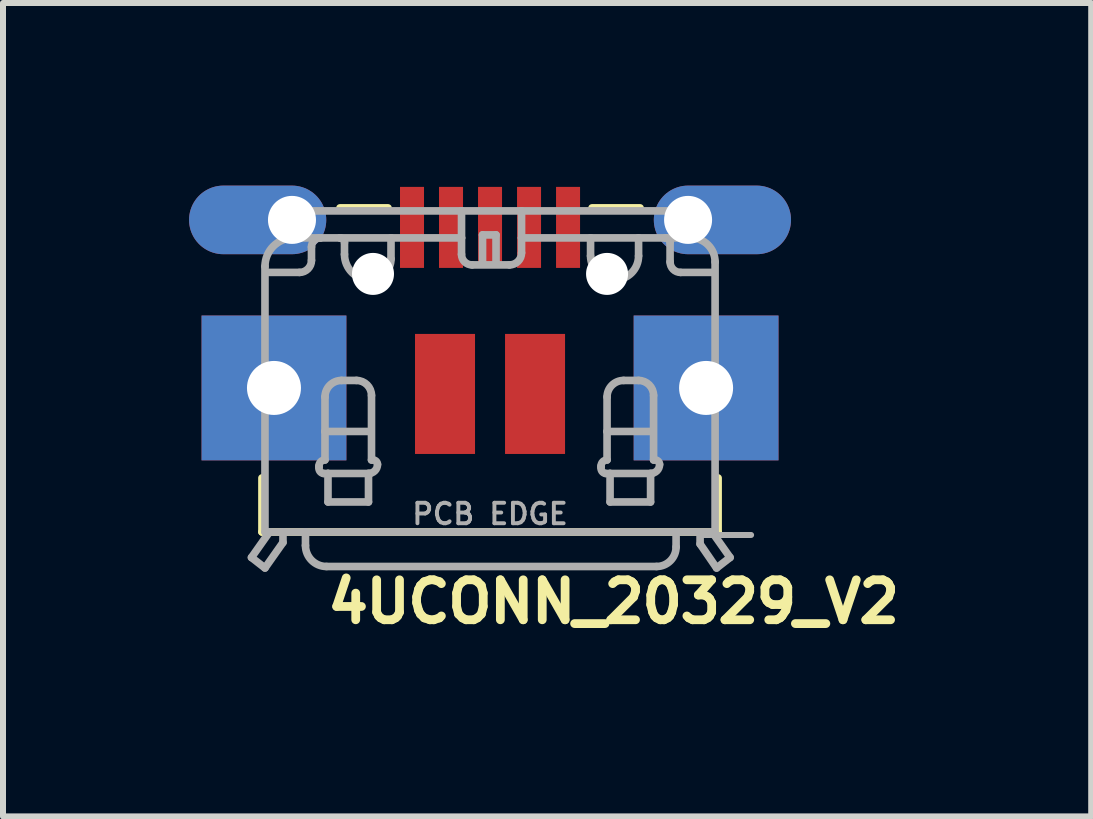
<source format=kicad_pcb>
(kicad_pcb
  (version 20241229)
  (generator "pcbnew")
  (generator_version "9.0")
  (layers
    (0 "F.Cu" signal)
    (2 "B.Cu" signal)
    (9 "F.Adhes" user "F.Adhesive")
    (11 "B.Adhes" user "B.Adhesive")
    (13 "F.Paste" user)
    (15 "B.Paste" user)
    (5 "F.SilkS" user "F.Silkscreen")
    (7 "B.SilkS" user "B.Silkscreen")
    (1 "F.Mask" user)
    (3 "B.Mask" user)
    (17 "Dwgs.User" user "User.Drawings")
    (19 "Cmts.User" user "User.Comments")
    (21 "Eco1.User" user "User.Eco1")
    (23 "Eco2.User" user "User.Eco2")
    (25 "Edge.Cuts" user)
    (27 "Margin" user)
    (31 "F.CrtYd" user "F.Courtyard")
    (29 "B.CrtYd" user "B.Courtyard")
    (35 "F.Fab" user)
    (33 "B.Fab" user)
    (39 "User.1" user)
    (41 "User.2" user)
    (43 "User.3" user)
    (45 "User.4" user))
  (footprint "4UCONN_20329_V2"
    (layer "F.Cu")
    (at 5.115 1.514)
    (property "Reference" "4UCONN_20329_V2" (at -2.778 5.852 0) (layer "F.SilkS") (effects (font (size 0.666 0.666) (thickness 0.146)) (justify left bottom)))
    (fp_poly (pts (xy -1.55 -0.05) (xy -1.05 -0.05) (xy -1.05 -1.5) (xy -1.55 -1.5)) (stroke (width 0) (type solid)) (fill yes) (layer "F.Mask"))
    (fp_poly (pts (xy -0.9 -0.05) (xy -0.4 -0.05) (xy -0.4 -1.5) (xy -0.9 -1.5)) (stroke (width 0) (type solid)) (fill yes) (layer "F.Mask"))
    (fp_poly (pts (xy -0.25 -0.05) (xy 0.25 -0.05) (xy 0.25 -1.5) (xy -0.25 -1.5)) (stroke (width 0) (type solid)) (fill yes) (layer "F.Mask"))
    (fp_poly (pts (xy 0.4 -0.05) (xy 0.9 -0.05) (xy 0.9 -1.5) (xy 0.4 -1.5)) (stroke (width 0) (type solid)) (fill yes) (layer "F.Mask"))
    (fp_poly (pts (xy 1.05 -0.05) (xy 1.55 -0.05) (xy 1.55 -1.5) (xy 1.05 -1.5)) (stroke (width 0) (type solid)) (fill yes) (layer "F.Mask"))
    (fp_line (start -3.8 3.4) (end -3.8 4.3) (stroke (width 0.127) (type solid)) (layer "F.SilkS"))
    (fp_line (start -3.8 4.3) (end 3.8 4.3) (stroke (width 0.127) (type solid)) (layer "F.SilkS"))
    (fp_line (start -2.5 -1.1) (end -1.7 -1.1) (stroke (width 0.127) (type solid)) (layer "F.SilkS"))
    (fp_line (start 1.7 -1.1) (end 2.5 -1.1) (stroke (width 0.127) (type solid)) (layer "F.SilkS"))
    (fp_line (start 3.8 4.3) (end 3.8 3.4) (stroke (width 0.127) (type solid)) (layer "F.SilkS"))
    (fp_poly (pts (xy -4.85 3.15) (xy -2.35 3.15) (xy -2.35 0.65) (xy -4.85 0.65)) (stroke (width 0) (type solid)) (fill yes) (layer "F.Paste"))
    (fp_poly (pts (xy -1.45 -0.15) (xy -1.15 -0.15) (xy -1.15 -1.4) (xy -1.45 -1.4)) (stroke (width 0) (type solid)) (fill yes) (layer "F.Paste"))
    (fp_poly (pts (xy -0.8 -0.15) (xy -0.5 -0.15) (xy -0.5 -1.4) (xy -0.8 -1.4)) (stroke (width 0) (type solid)) (fill yes) (layer "F.Paste"))
    (fp_poly (pts (xy -0.15 -0.15) (xy 0.15 -0.15) (xy 0.15 -1.4) (xy -0.15 -1.4)) (stroke (width 0) (type solid)) (fill yes) (layer "F.Paste"))
    (fp_poly (pts (xy 0.5 -0.15) (xy 0.8 -0.15) (xy 0.8 -1.4) (xy 0.5 -1.4)) (stroke (width 0) (type solid)) (fill yes) (layer "F.Paste"))
    (fp_poly (pts (xy 1.15 -0.15) (xy 1.45 -0.15) (xy 1.45 -1.4) (xy 1.15 -1.4)) (stroke (width 0) (type solid)) (fill yes) (layer "F.Paste"))
    (fp_poly (pts (xy 2.35 3.15) (xy 4.85 3.15) (xy 4.85 0.65) (xy 2.35 0.65)) (stroke (width 0) (type solid)) (fill yes) (layer "F.Paste"))
    (fp_poly (pts (xy -3.186 -1.499) (xy -3.03 -1.442) (xy -2.893 -1.346) (xy -2.786 -1.219) (xy -2.715 -1.067) (xy -2.686 -0.9) (xy -2.715 -0.733) (xy -2.786 -0.581) (xy -2.893 -0.454) (xy -3.03 -0.358) (xy -3.186 -0.301) (xy -3.347 -0.286) (xy -4.457 -0.286) (xy -4.767 -0.355) (xy -4.907 -0.454) (xy -5.014 -0.581) (xy -5.085 -0.733) (xy -5.115 -0.904) (xy -5.017 -1.215) (xy -4.907 -1.346) (xy -4.77 -1.442) (xy -4.614 -1.499) (xy -4.453 -1.514) (xy -3.347 -1.514)) (stroke (width 0) (type solid)) (fill yes) (layer "F.Paste"))
    (fp_poly (pts (xy 4.614 -1.499) (xy 4.77 -1.442) (xy 4.907 -1.346) (xy 5.014 -1.219) (xy 5.085 -1.067) (xy 5.114 -0.9) (xy 5.085 -0.733) (xy 5.014 -0.581) (xy 4.907 -0.454) (xy 4.77 -0.358) (xy 4.614 -0.301) (xy 4.453 -0.286) (xy 3.343 -0.286) (xy 3.033 -0.355) (xy 2.893 -0.454) (xy 2.786 -0.581) (xy 2.715 -0.733) (xy 2.685 -0.904) (xy 2.783 -1.215) (xy 2.893 -1.346) (xy 3.03 -1.442) (xy 3.186 -1.499) (xy 3.347 -1.514) (xy 4.453 -1.514)) (stroke (width 0) (type solid)) (fill yes) (layer "F.Paste"))
    (fp_line (start -3.975 4.725) (end -3.75 4.9) (stroke (width 0.127) (type solid)) (layer "F.Fab"))
    (fp_line (start -3.975 4.725) (end -3.675 4.3) (stroke (width 0.127) (type solid)) (layer "F.Fab"))
    (fp_line (start -3.75 -0.125) (end -3.75 4.3) (stroke (width 0.127) (type solid)) (layer "F.Fab"))
    (fp_line (start -3.75 4.3) (end -3.675 4.3) (stroke (width 0.127) (type solid)) (layer "F.Fab"))
    (fp_line (start -3.75 4.9) (end -3.45 4.475) (stroke (width 0.127) (type solid)) (layer "F.Fab"))
    (fp_line (start -3.725 -0.025) (end -3.175 -0.025) (stroke (width 0.127) (type solid)) (layer "F.Fab"))
    (fp_line (start -3.675 4.3) (end -3.45 4.3) (stroke (width 0.127) (type solid)) (layer "F.Fab"))
    (fp_line (start -3.575 -1.05) (end -0.475 -1.05) (stroke (width 0.127) (type solid)) (layer "F.Fab"))
    (fp_line (start -3.575 -0.75) (end -3.575 -1.05) (stroke (width 0.127) (type solid)) (layer "F.Fab"))
    (fp_line (start -3.45 4.3) (end -3.075 4.3) (stroke (width 0.127) (type solid)) (layer "F.Fab"))
    (fp_line (start -3.45 4.475) (end -3.45 4.3) (stroke (width 0.127) (type solid)) (layer "F.Fab"))
    (fp_line (start -3.425 -0.75) (end -3.575 -0.75) (stroke (width 0.127) (type solid)) (layer "F.Fab"))
    (fp_line (start -3.425 -0.625) (end -3.425 -0.75) (stroke (width 0.127) (type solid)) (layer "F.Fab"))
    (fp_line (start -3.075 4.3) (end -3.075 4.525) (stroke (width 0.127) (type solid)) (layer "F.Fab"))
    (fp_line (start -3.075 4.3) (end 3.1 4.3) (stroke (width 0.127) (type solid)) (layer "F.Fab"))
    (fp_line (start -2.975 -0.225) (end -2.975 -0.45) (stroke (width 0.127) (type solid)) (layer "F.Fab"))
    (fp_line (start -2.85 3.225) (end -2.85 3.2) (stroke (width 0.127) (type solid)) (layer "F.Fab"))
    (fp_line (start -2.825 -0.6) (end -3.275 -0.6) (stroke (width 0.127) (type solid)) (layer "F.Fab"))
    (fp_line (start -2.825 -0.6) (end -2.5 -0.6) (stroke (width 0.127) (type solid)) (layer "F.Fab"))
    (fp_line (start -2.75 2.625) (end -2.75 2.05) (stroke (width 0.127) (type solid)) (layer "F.Fab"))
    (fp_line (start -2.75 2.625) (end -2 2.625) (stroke (width 0.127) (type solid)) (layer "F.Fab"))
    (fp_line (start -2.75 3.1) (end -2.75 2.625) (stroke (width 0.127) (type solid)) (layer "F.Fab"))
    (fp_line (start -2.725 4.875) (end 2.775 4.875) (stroke (width 0.127) (type solid)) (layer "F.Fab"))
    (fp_line (start -2.7 3.325) (end -2.775 3.325) (stroke (width 0.127) (type solid)) (layer "F.Fab"))
    (fp_line (start -2.7 3.325) (end -2 3.325) (stroke (width 0.127) (type solid)) (layer "F.Fab"))
    (fp_line (start -2.7 3.8) (end -2.7 3.325) (stroke (width 0.127) (type solid)) (layer "F.Fab"))
    (fp_line (start -2.475 1.775) (end -2.225 1.775) (stroke (width 0.127) (type solid)) (layer "F.Fab"))
    (fp_line (start -2.425 -0.525) (end -2.425 -0.325) (stroke (width 0.127) (type solid)) (layer "F.Fab"))
    (fp_line (start -2.025 3.325) (end -2.025 3.8) (stroke (width 0.127) (type solid)) (layer "F.Fab"))
    (fp_line (start -2.025 3.8) (end -2.7 3.8) (stroke (width 0.127) (type solid)) (layer "F.Fab"))
    (fp_line (start -1.975 2.025) (end -1.975 3.1) (stroke (width 0.127) (type solid)) (layer "F.Fab"))
    (fp_line (start -1.975 3.1) (end -1.95 3.1) (stroke (width 0.127) (type solid)) (layer "F.Fab"))
    (fp_line (start -1.65 -0.6) (end -2.5 -0.6) (stroke (width 0.127) (type solid)) (layer "F.Fab"))
    (fp_line (start -1.65 -0.25) (end -1.65 -0.6) (stroke (width 0.127) (type solid)) (layer "F.Fab"))
    (fp_line (start -0.475 -1.05) (end 0.525 -1.05) (stroke (width 0.127) (type solid)) (layer "F.Fab"))
    (fp_line (start -0.475 -0.6) (end -1.65 -0.6) (stroke (width 0.127) (type solid)) (layer "F.Fab"))
    (fp_line (start -0.475 -0.6) (end -0.475 -1.05) (stroke (width 0.127) (type solid)) (layer "F.Fab"))
    (fp_line (start -0.475 -0.325) (end -0.475 -0.6) (stroke (width 0.127) (type solid)) (layer "F.Fab"))
    (fp_line (start -0.125 -0.65) (end 0.1 -0.65) (stroke (width 0.127) (type solid)) (layer "F.Fab"))
    (fp_line (start -0.125 -0.175) (end -0.125 -0.65) (stroke (width 0.127) (type solid)) (layer "F.Fab"))
    (fp_line (start 0.1 -0.65) (end 0.1 -0.175) (stroke (width 0.127) (type solid)) (layer "F.Fab"))
    (fp_line (start 0.325 -0.15) (end -0.3 -0.15) (stroke (width 0.127) (type solid)) (layer "F.Fab"))
    (fp_line (start 0.525 -1.05) (end 0.525 -0.6) (stroke (width 0.127) (type solid)) (layer "F.Fab"))
    (fp_line (start 0.525 -1.05) (end 3.6 -1.05) (stroke (width 0.127) (type solid)) (layer "F.Fab"))
    (fp_line (start 0.525 -0.6) (end 0.525 -0.35) (stroke (width 0.127) (type solid)) (layer "F.Fab"))
    (fp_line (start 1.675 -0.6) (end 0.525 -0.6) (stroke (width 0.127) (type solid)) (layer "F.Fab"))
    (fp_line (start 1.675 -0.6) (end 1.675 -0.3) (stroke (width 0.127) (type solid)) (layer "F.Fab"))
    (fp_line (start 1.85 3.225) (end 1.85 3.2) (stroke (width 0.127) (type solid)) (layer "F.Fab"))
    (fp_line (start 1.95 2.625) (end 1.95 2.05) (stroke (width 0.127) (type solid)) (layer "F.Fab"))
    (fp_line (start 1.95 2.625) (end 2.7 2.625) (stroke (width 0.127) (type solid)) (layer "F.Fab"))
    (fp_line (start 1.95 3.1) (end 1.95 2.625) (stroke (width 0.127) (type solid)) (layer "F.Fab"))
    (fp_line (start 2 3.325) (end 1.925 3.325) (stroke (width 0.127) (type solid)) (layer "F.Fab"))
    (fp_line (start 2 3.325) (end 2.7 3.325) (stroke (width 0.127) (type solid)) (layer "F.Fab"))
    (fp_line (start 2 3.8) (end 2 3.325) (stroke (width 0.127) (type solid)) (layer "F.Fab"))
    (fp_line (start 2.225 1.775) (end 2.475 1.775) (stroke (width 0.127) (type solid)) (layer "F.Fab"))
    (fp_line (start 2.475 -0.6) (end 1.675 -0.6) (stroke (width 0.127) (type solid)) (layer "F.Fab"))
    (fp_line (start 2.475 -0.6) (end 2.925 -0.6) (stroke (width 0.127) (type solid)) (layer "F.Fab"))
    (fp_line (start 2.475 -0.3) (end 2.475 -0.6) (stroke (width 0.127) (type solid)) (layer "F.Fab"))
    (fp_line (start 2.675 3.325) (end 2.675 3.8) (stroke (width 0.127) (type solid)) (layer "F.Fab"))
    (fp_line (start 2.675 3.8) (end 2 3.8) (stroke (width 0.127) (type solid)) (layer "F.Fab"))
    (fp_line (start 2.725 2.025) (end 2.725 3.1) (stroke (width 0.127) (type solid)) (layer "F.Fab"))
    (fp_line (start 2.725 3.1) (end 2.75 3.1) (stroke (width 0.127) (type solid)) (layer "F.Fab"))
    (fp_line (start 3 -0.525) (end 3 -0.2) (stroke (width 0.127) (type solid)) (layer "F.Fab"))
    (fp_line (start 3.1 4.3) (end 3.7 4.3) (stroke (width 0.127) (type solid)) (layer "F.Fab"))
    (fp_line (start 3.1 4.55) (end 3.1 4.3) (stroke (width 0.127) (type solid)) (layer "F.Fab"))
    (fp_line (start 3.175 -0.025) (end 3.725 -0.025) (stroke (width 0.127) (type solid)) (layer "F.Fab"))
    (fp_line (start 3.35 -0.775) (end 3.35 -0.6) (stroke (width 0.127) (type solid)) (layer "F.Fab"))
    (fp_line (start 3.35 -0.6) (end 2.925 -0.6) (stroke (width 0.127) (type solid)) (layer "F.Fab"))
    (fp_line (start 3.5 4.35) (end 4.35 4.35) (stroke (width 0.1) (type solid)) (layer "F.Fab"))
    (fp_line (start 3.5 4.5) (end 3.5 4.35) (stroke (width 0.127) (type solid)) (layer "F.Fab"))
    (fp_line (start 3.6 -1.05) (end 3.6 -0.775) (stroke (width 0.127) (type solid)) (layer "F.Fab"))
    (fp_line (start 3.6 -0.775) (end 3.35 -0.775) (stroke (width 0.127) (type solid)) (layer "F.Fab"))
    (fp_line (start 3.7 4.3) (end 3.75 4.3) (stroke (width 0.127) (type solid)) (layer "F.Fab"))
    (fp_line (start 3.7 4.3) (end 4 4.725) (stroke (width 0.127) (type solid)) (layer "F.Fab"))
    (fp_line (start 3.75 4.3) (end 3.75 -0.2) (stroke (width 0.127) (type solid)) (layer "F.Fab"))
    (fp_line (start 3.775 4.9) (end 3.5 4.5) (stroke (width 0.127) (type solid)) (layer "F.Fab"))
    (fp_line (start 4 4.725) (end 3.775 4.9) (stroke (width 0.127) (type solid)) (layer "F.Fab"))
    (fp_arc (start -3.750001 -0.124999) (mid -3.610876 -0.460875) (end -3.275 -0.6) (stroke (width 0.127) (type solid)) (layer "F.Fab"))
    (fp_arc (start -2.975 -0.45) (mid -2.931066 -0.556066) (end -2.825 -0.6) (stroke (width 0.127) (type solid)) (layer "F.Fab"))
    (fp_arc (start -2.975 -0.225) (mid -3.033579 -0.083579) (end -3.175 -0.025) (stroke (width 0.127) (type solid)) (layer "F.Fab"))
    (fp_arc (start -2.85 3.2) (mid -2.820711 3.129289) (end -2.75 3.1) (stroke (width 0.127) (type solid)) (layer "F.Fab"))
    (fp_arc (start -2.775 3.325) (mid -2.833211 3.290533) (end -2.85 3.225) (stroke (width 0.127) (type solid)) (layer "F.Fab"))
    (fp_arc (start -2.75 2.05) (mid -2.669454 1.855546) (end -2.475 1.775) (stroke (width 0.127) (type solid)) (layer "F.Fab"))
    (fp_arc (start -2.725 4.875) (mid -2.972487 4.772487) (end -3.075 4.525) (stroke (width 0.127) (type solid)) (layer "F.Fab"))
    (fp_arc (start -2.5 -0.6) (mid -2.446967 -0.578033) (end -2.425 -0.525) (stroke (width 0.127) (type solid)) (layer "F.Fab"))
    (fp_arc (start -2.225 1.775) (mid -2.048223 1.848223) (end -1.975 2.025) (stroke (width 0.127) (type solid)) (layer "F.Fab"))
    (fp_arc (start -2 0.1) (mid -2.30052 -0.02448) (end -2.425 -0.325) (stroke (width 0.127) (type solid)) (layer "F.Fab"))
    (fp_arc (start -1.95 3.1) (mid -1.896967 3.121967) (end -1.875 3.175) (stroke (width 0.127) (type solid)) (layer "F.Fab"))
    (fp_arc (start -1.875 3.175) (mid -1.918934 3.281066) (end -2.025 3.325) (stroke (width 0.127) (type solid)) (layer "F.Fab"))
    (fp_arc (start -1.65 -0.25) (mid -1.752513 -0.002513) (end -2 0.1) (stroke (width 0.127) (type solid)) (layer "F.Fab"))
    (fp_arc (start -0.3 -0.15) (mid -0.423744 -0.201256) (end -0.475 -0.325) (stroke (width 0.127) (type solid)) (layer "F.Fab"))
    (fp_arc (start 0.525 -0.35) (mid 0.466421 -0.208579) (end 0.325 -0.15) (stroke (width 0.127) (type solid)) (layer "F.Fab"))
    (fp_arc (start 1.85 3.2) (mid 1.879289 3.129289) (end 1.95 3.1) (stroke (width 0.127) (type solid)) (layer "F.Fab"))
    (fp_arc (start 1.925 3.325) (mid 1.866789 3.290533) (end 1.85 3.225) (stroke (width 0.127) (type solid)) (layer "F.Fab"))
    (fp_arc (start 1.95 2.05) (mid 2.030546 1.855546) (end 2.225 1.775) (stroke (width 0.127) (type solid)) (layer "F.Fab"))
    (fp_arc (start 2.075 0.1) (mid 1.792157 -0.017157) (end 1.675 -0.3) (stroke (width 0.127) (type solid)) (layer "F.Fab"))
    (fp_arc (start 2.475 -0.3) (mid 2.357843 -0.017157) (end 2.075 0.1) (stroke (width 0.127) (type solid)) (layer "F.Fab"))
    (fp_arc (start 2.475 1.775) (mid 2.651777 1.848223) (end 2.725 2.025) (stroke (width 0.127) (type solid)) (layer "F.Fab"))
    (fp_arc (start 2.75 3.1) (mid 2.803033 3.121967) (end 2.825 3.175) (stroke (width 0.127) (type solid)) (layer "F.Fab"))
    (fp_arc (start 2.825 3.175) (mid 2.781066 3.281066) (end 2.675 3.325) (stroke (width 0.127) (type solid)) (layer "F.Fab"))
    (fp_arc (start 2.925 -0.6) (mid 2.978033 -0.578033) (end 3 -0.525) (stroke (width 0.127) (type solid)) (layer "F.Fab"))
    (fp_arc (start 3.1 4.55) (mid 3.00481 4.77981) (end 2.775 4.875) (stroke (width 0.127) (type solid)) (layer "F.Fab"))
    (fp_arc (start 3.175 -0.025) (mid 3.051256 -0.076256) (end 3 -0.2) (stroke (width 0.127) (type solid)) (layer "F.Fab"))
    (fp_arc (start 3.349999 -0.599999) (mid 3.632842 -0.482842) (end 3.75 -0.2) (stroke (width 0.127) (type solid)) (layer "F.Fab"))
    (fp_text user "PCB EDGE" (at 0 4 0) (layer "F.Fab") (effects (font (size 0.341 0.341) (thickness 0.065))))
    (pad "" np_thru_hole circle (at -1.95 0) (size 0.7 0.7) (drill 0.7) (layers "*.Cu" "*.Mask"))
    (pad "" np_thru_hole circle (at 1.95 0) (size 0.7 0.7) (drill 0.7) (layers "*.Cu" "*.Mask"))
    (pad "BASE@1" smd rect (at -0.75 2 90) (size 2 1) (layers "F.Cu" "F.Mask" "F.Paste"))
    (pad "BASE@2" smd rect (at 0.75 2 90) (size 2 1) (layers "F.Cu" "F.Mask" "F.Paste"))
    (pad "D+" smd rect (at 0 -0.775) (size 0.4 1.35) (layers "F.Cu"))
    (pad "D-" smd rect (at -0.65 -0.775) (size 0.4 1.35) (layers "F.Cu"))
    (pad "GND" smd rect (at 1.3 -0.775) (size 0.4 1.35) (layers "F.Cu"))
    (pad "ID" smd rect (at 0.65 -0.775) (size 0.4 1.35) (layers "F.Cu"))
    (pad "SPRT@1" thru_hole oval (at -3.3 -0.9 180) (size 2.286 1.143) (drill 0.8 (offset 0.572 0)) (layers "*.Cu" "*.Mask"))
    (pad "SPRT@2" thru_hole oval (at 3.3 -0.9) (size 2.286 1.143) (drill 0.8 (offset 0.572 0)) (layers "*.Cu" "*.Mask"))
    (pad "SPRT@3" thru_hole rect (at -3.6 1.9 90) (size 2.413 2.413) (drill 0.9) (layers "*.Cu" "*.Mask"))
    (pad "SPRT@4" thru_hole rect (at 3.6 1.9 90) (size 2.413 2.413) (drill 0.9) (layers "*.Cu" "*.Mask"))
    (pad "VBUS" smd rect (at -1.3 -0.775) (size 0.4 1.35) (layers "F.Cu")))
  (gr_rect
    (start -3 -3)
    (end 15.132 10.553)
    (stroke (width 0.1) (type default))
    (fill no)
    (layer "Edge.Cuts")))
</source>
